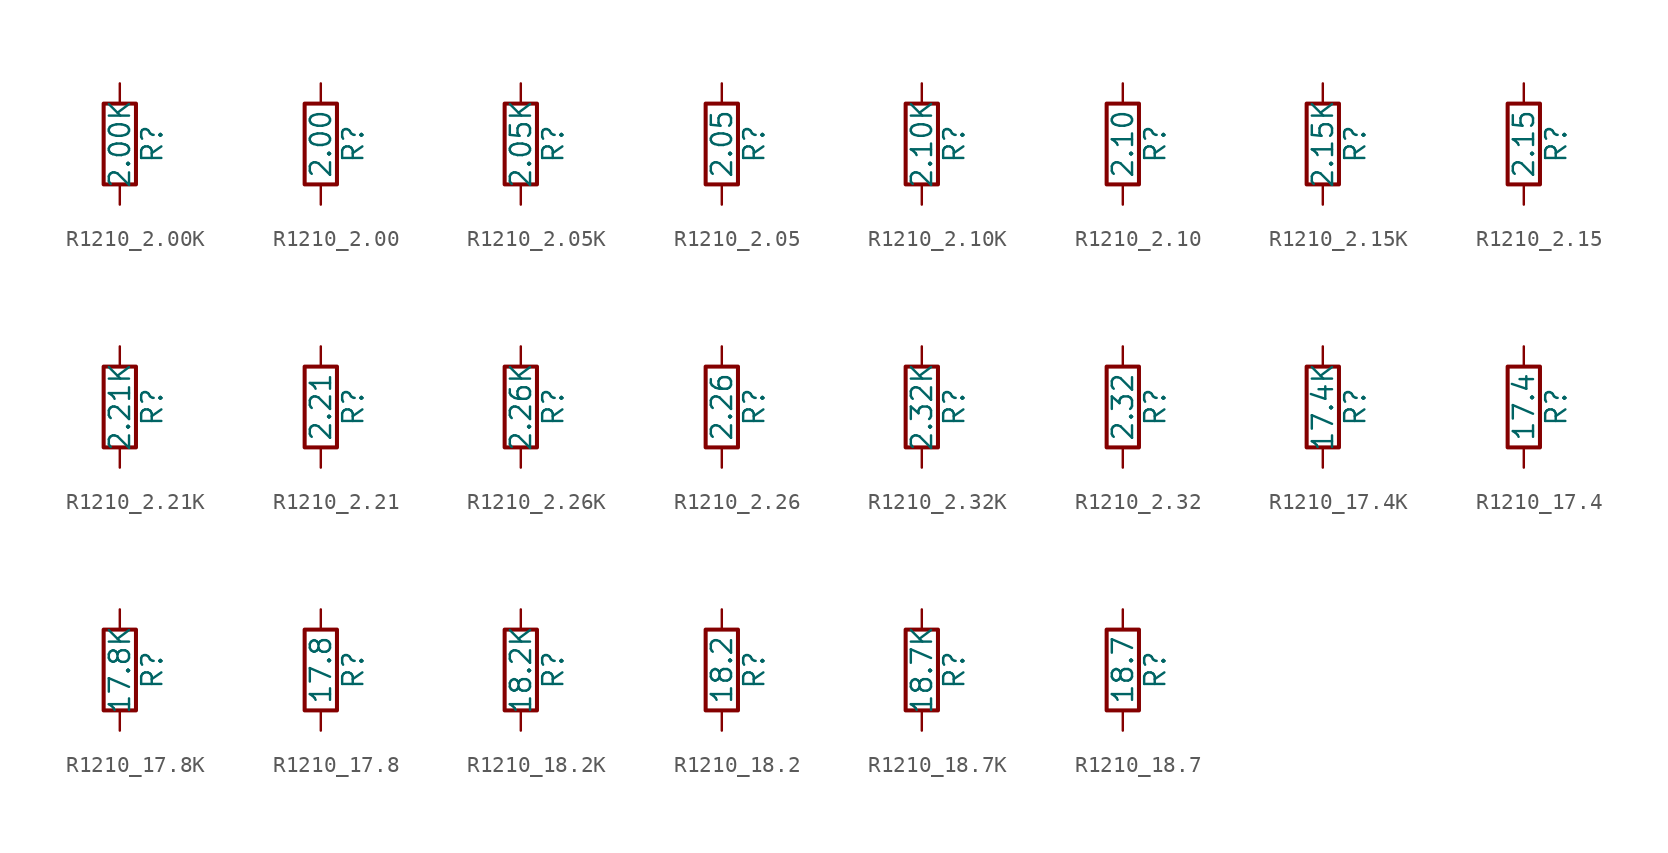
<source format=kicad_sym>
(kicad_symbol_lib
  (version 20211014)
  (generator atlantix-eda)
  (symbol "R1210_2.00K"
    (pin_numbers hide)
    (pin_names
      (offset 0))
    (property "Reference" "R"
      (at 2.032 0 90)
      (effects (font (size 1.27 1.27))))
    (property "Value" "2.00K"
      (at 0 0 90)
      (effects (font (size 1.27 1.27))))
    (symbol "R1210_2.00K_0_1"
      (rectangle (start -1.016 -2.54) (end 1.016 2.54) (stroke (width 0.254) (type default) (color 0 0 0 0)) (fill (type none))))
    (symbol "R1210_2.00K_1_1"
      (pin passive line (at 0 3.81 270) (length 1.27) (name "~" (effects (font (size 1.27 1.27)))) (number "1" (effects (font (size 1.27 1.27)))))
      (pin passive line (at 0 -3.81 90) (length 1.27) (name "~" (effects (font (size 1.27 1.27)))) (number "2" (effects (font (size 1.27 1.27)))))))
  (symbol "R1210_2.00"
    (pin_numbers hide)
    (pin_names
      (offset 0))
    (property "Reference" "R"
      (at 2.032 0 90)
      (effects (font (size 1.27 1.27))))
    (property "Value" "2.00"
      (at 0 0 90)
      (effects (font (size 1.27 1.27))))
    (symbol "R1210_2.00_0_1"
      (rectangle (start -1.016 -2.54) (end 1.016 2.54) (stroke (width 0.254) (type default) (color 0 0 0 0)) (fill (type none))))
    (symbol "R1210_2.00_1_1"
      (pin passive line (at 0 3.81 270) (length 1.27) (name "~" (effects (font (size 1.27 1.27)))) (number "1" (effects (font (size 1.27 1.27)))))
      (pin passive line (at 0 -3.81 90) (length 1.27) (name "~" (effects (font (size 1.27 1.27)))) (number "2" (effects (font (size 1.27 1.27)))))))
  (symbol "R1210_2.05K"
    (pin_numbers hide)
    (pin_names
      (offset 0))
    (property "Reference" "R"
      (at 2.032 0 90)
      (effects (font (size 1.27 1.27))))
    (property "Value" "2.05K"
      (at 0 0 90)
      (effects (font (size 1.27 1.27))))
    (symbol "R1210_2.05K_0_1"
      (rectangle (start -1.016 -2.54) (end 1.016 2.54) (stroke (width 0.254) (type default) (color 0 0 0 0)) (fill (type none))))
    (symbol "R1210_2.05K_1_1"
      (pin passive line (at 0 3.81 270) (length 1.27) (name "~" (effects (font (size 1.27 1.27)))) (number "1" (effects (font (size 1.27 1.27)))))
      (pin passive line (at 0 -3.81 90) (length 1.27) (name "~" (effects (font (size 1.27 1.27)))) (number "2" (effects (font (size 1.27 1.27)))))))
  (symbol "R1210_2.05"
    (pin_numbers hide)
    (pin_names
      (offset 0))
    (property "Reference" "R"
      (at 2.032 0 90)
      (effects (font (size 1.27 1.27))))
    (property "Value" "2.05"
      (at 0 0 90)
      (effects (font (size 1.27 1.27))))
    (symbol "R1210_2.05_0_1"
      (rectangle (start -1.016 -2.54) (end 1.016 2.54) (stroke (width 0.254) (type default) (color 0 0 0 0)) (fill (type none))))
    (symbol "R1210_2.05_1_1"
      (pin passive line (at 0 3.81 270) (length 1.27) (name "~" (effects (font (size 1.27 1.27)))) (number "1" (effects (font (size 1.27 1.27)))))
      (pin passive line (at 0 -3.81 90) (length 1.27) (name "~" (effects (font (size 1.27 1.27)))) (number "2" (effects (font (size 1.27 1.27)))))))
  (symbol "R1210_2.10K"
    (pin_numbers hide)
    (pin_names
      (offset 0))
    (property "Reference" "R"
      (at 2.032 0 90)
      (effects (font (size 1.27 1.27))))
    (property "Value" "2.10K"
      (at 0 0 90)
      (effects (font (size 1.27 1.27))))
    (symbol "R1210_2.10K_0_1"
      (rectangle (start -1.016 -2.54) (end 1.016 2.54) (stroke (width 0.254) (type default) (color 0 0 0 0)) (fill (type none))))
    (symbol "R1210_2.10K_1_1"
      (pin passive line (at 0 3.81 270) (length 1.27) (name "~" (effects (font (size 1.27 1.27)))) (number "1" (effects (font (size 1.27 1.27)))))
      (pin passive line (at 0 -3.81 90) (length 1.27) (name "~" (effects (font (size 1.27 1.27)))) (number "2" (effects (font (size 1.27 1.27)))))))
  (symbol "R1210_2.10"
    (pin_numbers hide)
    (pin_names
      (offset 0))
    (property "Reference" "R"
      (at 2.032 0 90)
      (effects (font (size 1.27 1.27))))
    (property "Value" "2.10"
      (at 0 0 90)
      (effects (font (size 1.27 1.27))))
    (symbol "R1210_2.10_0_1"
      (rectangle (start -1.016 -2.54) (end 1.016 2.54) (stroke (width 0.254) (type default) (color 0 0 0 0)) (fill (type none))))
    (symbol "R1210_2.10_1_1"
      (pin passive line (at 0 3.81 270) (length 1.27) (name "~" (effects (font (size 1.27 1.27)))) (number "1" (effects (font (size 1.27 1.27)))))
      (pin passive line (at 0 -3.81 90) (length 1.27) (name "~" (effects (font (size 1.27 1.27)))) (number "2" (effects (font (size 1.27 1.27)))))))
  (symbol "R1210_2.15K"
    (pin_numbers hide)
    (pin_names
      (offset 0))
    (property "Reference" "R"
      (at 2.032 0 90)
      (effects (font (size 1.27 1.27))))
    (property "Value" "2.15K"
      (at 0 0 90)
      (effects (font (size 1.27 1.27))))
    (symbol "R1210_2.15K_0_1"
      (rectangle (start -1.016 -2.54) (end 1.016 2.54) (stroke (width 0.254) (type default) (color 0 0 0 0)) (fill (type none))))
    (symbol "R1210_2.15K_1_1"
      (pin passive line (at 0 3.81 270) (length 1.27) (name "~" (effects (font (size 1.27 1.27)))) (number "1" (effects (font (size 1.27 1.27)))))
      (pin passive line (at 0 -3.81 90) (length 1.27) (name "~" (effects (font (size 1.27 1.27)))) (number "2" (effects (font (size 1.27 1.27)))))))
  (symbol "R1210_2.15"
    (pin_numbers hide)
    (pin_names
      (offset 0))
    (property "Reference" "R"
      (at 2.032 0 90)
      (effects (font (size 1.27 1.27))))
    (property "Value" "2.15"
      (at 0 0 90)
      (effects (font (size 1.27 1.27))))
    (symbol "R1210_2.15_0_1"
      (rectangle (start -1.016 -2.54) (end 1.016 2.54) (stroke (width 0.254) (type default) (color 0 0 0 0)) (fill (type none))))
    (symbol "R1210_2.15_1_1"
      (pin passive line (at 0 3.81 270) (length 1.27) (name "~" (effects (font (size 1.27 1.27)))) (number "1" (effects (font (size 1.27 1.27)))))
      (pin passive line (at 0 -3.81 90) (length 1.27) (name "~" (effects (font (size 1.27 1.27)))) (number "2" (effects (font (size 1.27 1.27)))))))
  (symbol "R1210_2.21K"
    (pin_numbers hide)
    (pin_names
      (offset 0))
    (property "Reference" "R"
      (at 2.032 0 90)
      (effects (font (size 1.27 1.27))))
    (property "Value" "2.21K"
      (at 0 0 90)
      (effects (font (size 1.27 1.27))))
    (symbol "R1210_2.21K_0_1"
      (rectangle (start -1.016 -2.54) (end 1.016 2.54) (stroke (width 0.254) (type default) (color 0 0 0 0)) (fill (type none))))
    (symbol "R1210_2.21K_1_1"
      (pin passive line (at 0 3.81 270) (length 1.27) (name "~" (effects (font (size 1.27 1.27)))) (number "1" (effects (font (size 1.27 1.27)))))
      (pin passive line (at 0 -3.81 90) (length 1.27) (name "~" (effects (font (size 1.27 1.27)))) (number "2" (effects (font (size 1.27 1.27)))))))
  (symbol "R1210_2.21"
    (pin_numbers hide)
    (pin_names
      (offset 0))
    (property "Reference" "R"
      (at 2.032 0 90)
      (effects (font (size 1.27 1.27))))
    (property "Value" "2.21"
      (at 0 0 90)
      (effects (font (size 1.27 1.27))))
    (symbol "R1210_2.21_0_1"
      (rectangle (start -1.016 -2.54) (end 1.016 2.54) (stroke (width 0.254) (type default) (color 0 0 0 0)) (fill (type none))))
    (symbol "R1210_2.21_1_1"
      (pin passive line (at 0 3.81 270) (length 1.27) (name "~" (effects (font (size 1.27 1.27)))) (number "1" (effects (font (size 1.27 1.27)))))
      (pin passive line (at 0 -3.81 90) (length 1.27) (name "~" (effects (font (size 1.27 1.27)))) (number "2" (effects (font (size 1.27 1.27)))))))
  (symbol "R1210_2.26K"
    (pin_numbers hide)
    (pin_names
      (offset 0))
    (property "Reference" "R"
      (at 2.032 0 90)
      (effects (font (size 1.27 1.27))))
    (property "Value" "2.26K"
      (at 0 0 90)
      (effects (font (size 1.27 1.27))))
    (symbol "R1210_2.26K_0_1"
      (rectangle (start -1.016 -2.54) (end 1.016 2.54) (stroke (width 0.254) (type default) (color 0 0 0 0)) (fill (type none))))
    (symbol "R1210_2.26K_1_1"
      (pin passive line (at 0 3.81 270) (length 1.27) (name "~" (effects (font (size 1.27 1.27)))) (number "1" (effects (font (size 1.27 1.27)))))
      (pin passive line (at 0 -3.81 90) (length 1.27) (name "~" (effects (font (size 1.27 1.27)))) (number "2" (effects (font (size 1.27 1.27)))))))
  (symbol "R1210_2.26"
    (pin_numbers hide)
    (pin_names
      (offset 0))
    (property "Reference" "R"
      (at 2.032 0 90)
      (effects (font (size 1.27 1.27))))
    (property "Value" "2.26"
      (at 0 0 90)
      (effects (font (size 1.27 1.27))))
    (symbol "R1210_2.26_0_1"
      (rectangle (start -1.016 -2.54) (end 1.016 2.54) (stroke (width 0.254) (type default) (color 0 0 0 0)) (fill (type none))))
    (symbol "R1210_2.26_1_1"
      (pin passive line (at 0 3.81 270) (length 1.27) (name "~" (effects (font (size 1.27 1.27)))) (number "1" (effects (font (size 1.27 1.27)))))
      (pin passive line (at 0 -3.81 90) (length 1.27) (name "~" (effects (font (size 1.27 1.27)))) (number "2" (effects (font (size 1.27 1.27)))))))
  (symbol "R1210_2.32K"
    (pin_numbers hide)
    (pin_names
      (offset 0))
    (property "Reference" "R"
      (at 2.032 0 90)
      (effects (font (size 1.27 1.27))))
    (property "Value" "2.32K"
      (at 0 0 90)
      (effects (font (size 1.27 1.27))))
    (symbol "R1210_2.32K_0_1"
      (rectangle (start -1.016 -2.54) (end 1.016 2.54) (stroke (width 0.254) (type default) (color 0 0 0 0)) (fill (type none))))
    (symbol "R1210_2.32K_1_1"
      (pin passive line (at 0 3.81 270) (length 1.27) (name "~" (effects (font (size 1.27 1.27)))) (number "1" (effects (font (size 1.27 1.27)))))
      (pin passive line (at 0 -3.81 90) (length 1.27) (name "~" (effects (font (size 1.27 1.27)))) (number "2" (effects (font (size 1.27 1.27)))))))
  (symbol "R1210_2.32"
    (pin_numbers hide)
    (pin_names
      (offset 0))
    (property "Reference" "R"
      (at 2.032 0 90)
      (effects (font (size 1.27 1.27))))
    (property "Value" "2.32"
      (at 0 0 90)
      (effects (font (size 1.27 1.27))))
    (symbol "R1210_2.32_0_1"
      (rectangle (start -1.016 -2.54) (end 1.016 2.54) (stroke (width 0.254) (type default) (color 0 0 0 0)) (fill (type none))))
    (symbol "R1210_2.32_1_1"
      (pin passive line (at 0 3.81 270) (length 1.27) (name "~" (effects (font (size 1.27 1.27)))) (number "1" (effects (font (size 1.27 1.27)))))
      (pin passive line (at 0 -3.81 90) (length 1.27) (name "~" (effects (font (size 1.27 1.27)))) (number "2" (effects (font (size 1.27 1.27)))))))
  (symbol "R1210_17.4K"
    (pin_numbers hide)
    (pin_names
      (offset 0))
    (property "Reference" "R"
      (at 2.032 0 90)
      (effects (font (size 1.27 1.27))))
    (property "Value" "17.4K"
      (at 0 0 90)
      (effects (font (size 1.27 1.27))))
    (symbol "R1210_17.4K_0_1"
      (rectangle (start -1.016 -2.54) (end 1.016 2.54) (stroke (width 0.254) (type default) (color 0 0 0 0)) (fill (type none))))
    (symbol "R1210_17.4K_1_1"
      (pin passive line (at 0 3.81 270) (length 1.27) (name "~" (effects (font (size 1.27 1.27)))) (number "1" (effects (font (size 1.27 1.27)))))
      (pin passive line (at 0 -3.81 90) (length 1.27) (name "~" (effects (font (size 1.27 1.27)))) (number "2" (effects (font (size 1.27 1.27)))))))
  (symbol "R1210_17.4"
    (pin_numbers hide)
    (pin_names
      (offset 0))
    (property "Reference" "R"
      (at 2.032 0 90)
      (effects (font (size 1.27 1.27))))
    (property "Value" "17.4"
      (at 0 0 90)
      (effects (font (size 1.27 1.27))))
    (symbol "R1210_17.4_0_1"
      (rectangle (start -1.016 -2.54) (end 1.016 2.54) (stroke (width 0.254) (type default) (color 0 0 0 0)) (fill (type none))))
    (symbol "R1210_17.4_1_1"
      (pin passive line (at 0 3.81 270) (length 1.27) (name "~" (effects (font (size 1.27 1.27)))) (number "1" (effects (font (size 1.27 1.27)))))
      (pin passive line (at 0 -3.81 90) (length 1.27) (name "~" (effects (font (size 1.27 1.27)))) (number "2" (effects (font (size 1.27 1.27)))))))
  (symbol "R1210_17.8K"
    (pin_numbers hide)
    (pin_names
      (offset 0))
    (property "Reference" "R"
      (at 2.032 0 90)
      (effects (font (size 1.27 1.27))))
    (property "Value" "17.8K"
      (at 0 0 90)
      (effects (font (size 1.27 1.27))))
    (symbol "R1210_17.8K_0_1"
      (rectangle (start -1.016 -2.54) (end 1.016 2.54) (stroke (width 0.254) (type default) (color 0 0 0 0)) (fill (type none))))
    (symbol "R1210_17.8K_1_1"
      (pin passive line (at 0 3.81 270) (length 1.27) (name "~" (effects (font (size 1.27 1.27)))) (number "1" (effects (font (size 1.27 1.27)))))
      (pin passive line (at 0 -3.81 90) (length 1.27) (name "~" (effects (font (size 1.27 1.27)))) (number "2" (effects (font (size 1.27 1.27)))))))
  (symbol "R1210_17.8"
    (pin_numbers hide)
    (pin_names
      (offset 0))
    (property "Reference" "R"
      (at 2.032 0 90)
      (effects (font (size 1.27 1.27))))
    (property "Value" "17.8"
      (at 0 0 90)
      (effects (font (size 1.27 1.27))))
    (symbol "R1210_17.8_0_1"
      (rectangle (start -1.016 -2.54) (end 1.016 2.54) (stroke (width 0.254) (type default) (color 0 0 0 0)) (fill (type none))))
    (symbol "R1210_17.8_1_1"
      (pin passive line (at 0 3.81 270) (length 1.27) (name "~" (effects (font (size 1.27 1.27)))) (number "1" (effects (font (size 1.27 1.27)))))
      (pin passive line (at 0 -3.81 90) (length 1.27) (name "~" (effects (font (size 1.27 1.27)))) (number "2" (effects (font (size 1.27 1.27)))))))
  (symbol "R1210_18.2K"
    (pin_numbers hide)
    (pin_names
      (offset 0))
    (property "Reference" "R"
      (at 2.032 0 90)
      (effects (font (size 1.27 1.27))))
    (property "Value" "18.2K"
      (at 0 0 90)
      (effects (font (size 1.27 1.27))))
    (symbol "R1210_18.2K_0_1"
      (rectangle (start -1.016 -2.54) (end 1.016 2.54) (stroke (width 0.254) (type default) (color 0 0 0 0)) (fill (type none))))
    (symbol "R1210_18.2K_1_1"
      (pin passive line (at 0 3.81 270) (length 1.27) (name "~" (effects (font (size 1.27 1.27)))) (number "1" (effects (font (size 1.27 1.27)))))
      (pin passive line (at 0 -3.81 90) (length 1.27) (name "~" (effects (font (size 1.27 1.27)))) (number "2" (effects (font (size 1.27 1.27)))))))
  (symbol "R1210_18.2"
    (pin_numbers hide)
    (pin_names
      (offset 0))
    (property "Reference" "R"
      (at 2.032 0 90)
      (effects (font (size 1.27 1.27))))
    (property "Value" "18.2"
      (at 0 0 90)
      (effects (font (size 1.27 1.27))))
    (symbol "R1210_18.2_0_1"
      (rectangle (start -1.016 -2.54) (end 1.016 2.54) (stroke (width 0.254) (type default) (color 0 0 0 0)) (fill (type none))))
    (symbol "R1210_18.2_1_1"
      (pin passive line (at 0 3.81 270) (length 1.27) (name "~" (effects (font (size 1.27 1.27)))) (number "1" (effects (font (size 1.27 1.27)))))
      (pin passive line (at 0 -3.81 90) (length 1.27) (name "~" (effects (font (size 1.27 1.27)))) (number "2" (effects (font (size 1.27 1.27)))))))
  (symbol "R1210_18.7K"
    (pin_numbers hide)
    (pin_names
      (offset 0))
    (property "Reference" "R"
      (at 2.032 0 90)
      (effects (font (size 1.27 1.27))))
    (property "Value" "18.7K"
      (at 0 0 90)
      (effects (font (size 1.27 1.27))))
    (symbol "R1210_18.7K_0_1"
      (rectangle (start -1.016 -2.54) (end 1.016 2.54) (stroke (width 0.254) (type default) (color 0 0 0 0)) (fill (type none))))
    (symbol "R1210_18.7K_1_1"
      (pin passive line (at 0 3.81 270) (length 1.27) (name "~" (effects (font (size 1.27 1.27)))) (number "1" (effects (font (size 1.27 1.27)))))
      (pin passive line (at 0 -3.81 90) (length 1.27) (name "~" (effects (font (size 1.27 1.27)))) (number "2" (effects (font (size 1.27 1.27)))))))
  (symbol "R1210_18.7"
    (pin_numbers hide)
    (pin_names
      (offset 0))
    (property "Reference" "R"
      (at 2.032 0 90)
      (effects (font (size 1.27 1.27))))
    (property "Value" "18.7"
      (at 0 0 90)
      (effects (font (size 1.27 1.27))))
    (symbol "R1210_18.7_0_1"
      (rectangle (start -1.016 -2.54) (end 1.016 2.54) (stroke (width 0.254) (type default) (color 0 0 0 0)) (fill (type none))))
    (symbol "R1210_18.7_1_1"
      (pin passive line (at 0 3.81 270) (length 1.27) (name "~" (effects (font (size 1.27 1.27)))) (number "1" (effects (font (size 1.27 1.27)))))
      (pin passive line (at 0 -3.81 90) (length 1.27) (name "~" (effects (font (size 1.27 1.27)))) (number "2" (effects (font (size 1.27 1.27))))))))
</source>
